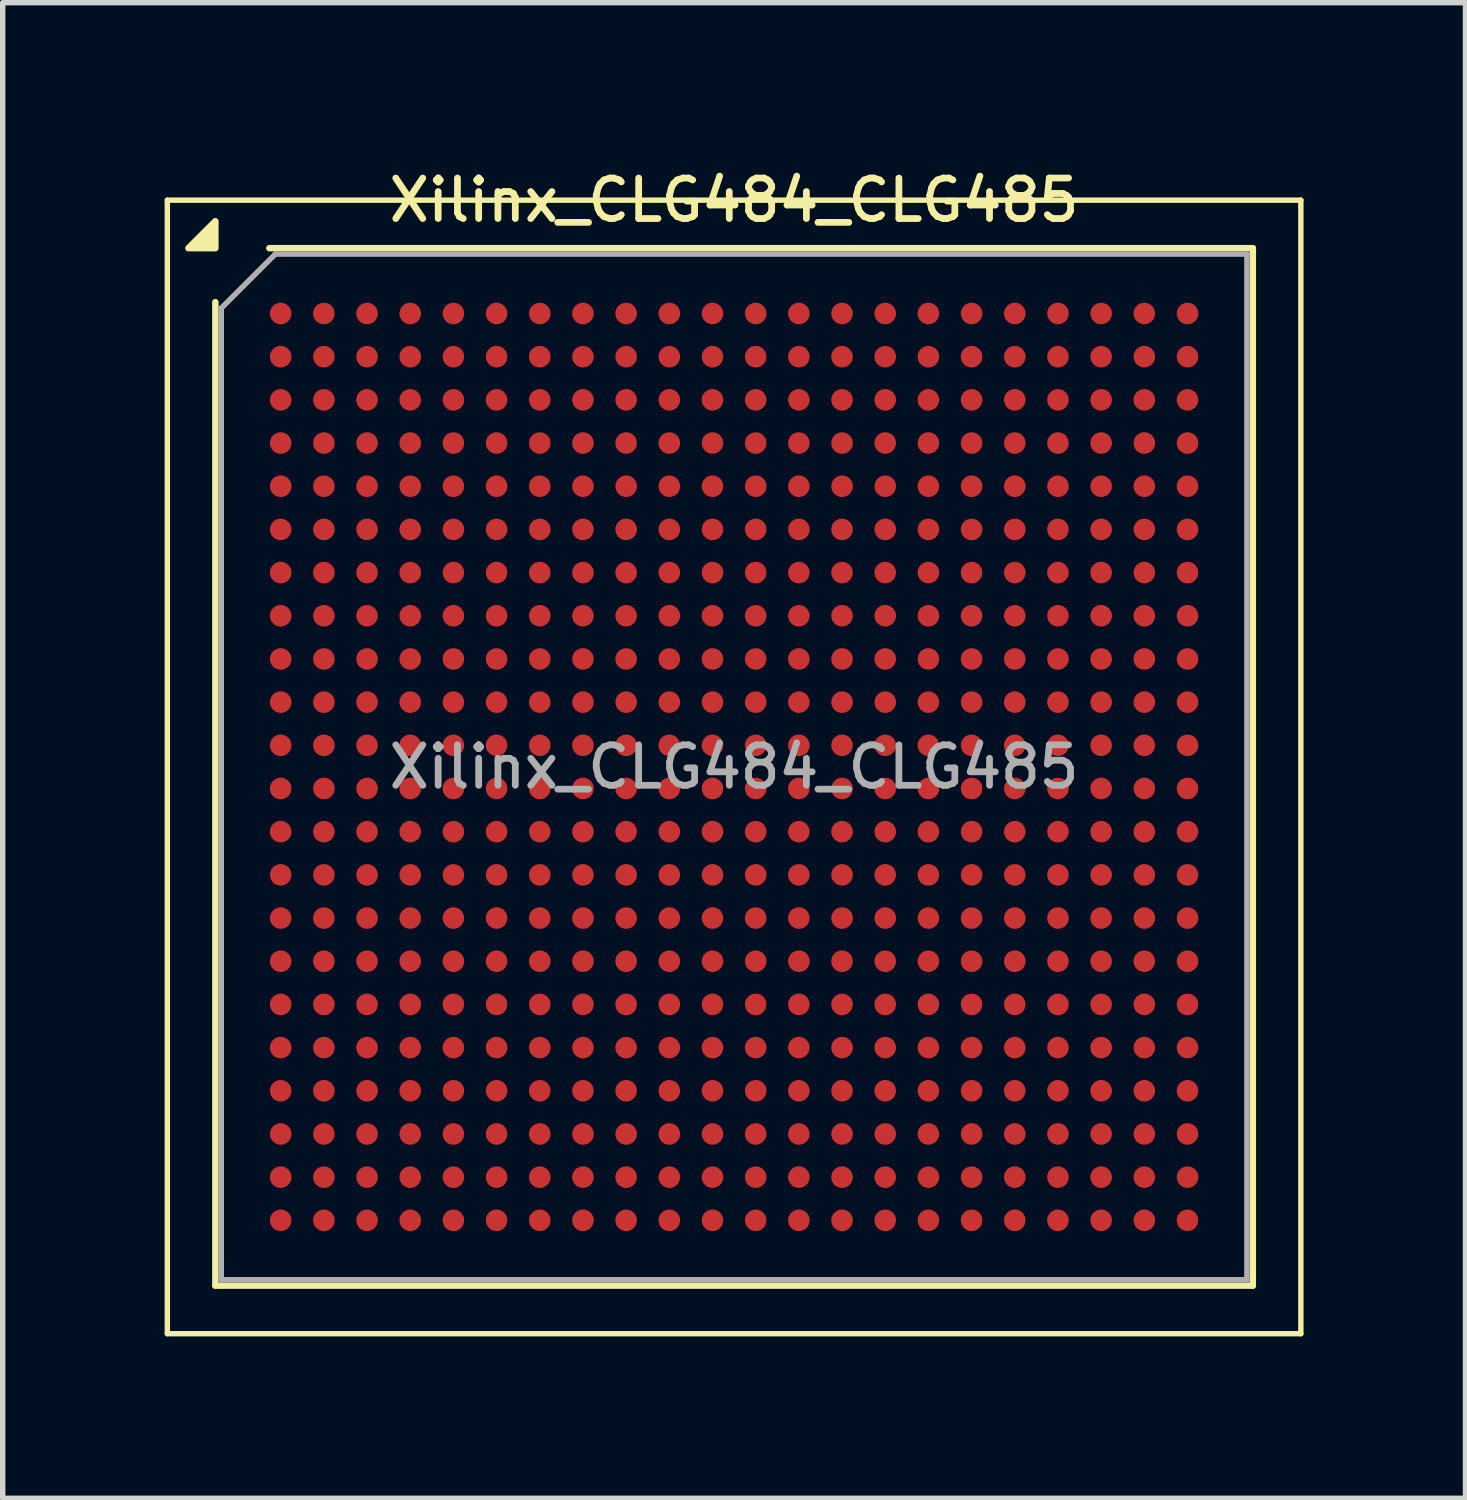
<source format=kicad_pcb>
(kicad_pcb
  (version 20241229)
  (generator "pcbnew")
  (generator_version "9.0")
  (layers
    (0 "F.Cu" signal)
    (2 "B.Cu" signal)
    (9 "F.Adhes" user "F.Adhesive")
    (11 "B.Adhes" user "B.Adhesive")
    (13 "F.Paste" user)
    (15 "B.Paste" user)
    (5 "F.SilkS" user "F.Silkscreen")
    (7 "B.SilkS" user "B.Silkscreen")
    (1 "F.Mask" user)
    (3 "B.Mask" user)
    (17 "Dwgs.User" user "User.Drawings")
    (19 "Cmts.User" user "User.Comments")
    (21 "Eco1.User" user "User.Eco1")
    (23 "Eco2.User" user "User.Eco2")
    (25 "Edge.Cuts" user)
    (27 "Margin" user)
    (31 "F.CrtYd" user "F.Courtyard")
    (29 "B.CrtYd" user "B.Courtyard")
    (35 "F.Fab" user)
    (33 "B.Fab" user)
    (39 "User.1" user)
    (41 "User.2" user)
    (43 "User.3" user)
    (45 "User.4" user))
  (footprint "Xilinx_CLG484_CLG485"
    (layer "F.Cu")
    (at 10.55 11.158)
    (property "Reference" "Xilinx_CLG484_CLG485" (at 0 -10.5 0) (layer "F.SilkS") (effects (font (size 0.75 0.75) (thickness 0.125))))
    (attr smd)
    (fp_line (start -10.5 -10.5) (end -10.5 10.5) (stroke (width 0.1) (type solid)) (layer "F.SilkS"))
    (fp_line (start -10.5 10.5) (end 10.5 10.5) (stroke (width 0.1) (type solid)) (layer "F.SilkS"))
    (fp_line (start -9.61 9.61) (end -9.61 -8.61) (stroke (width 0.12) (type solid)) (layer "F.SilkS"))
    (fp_line (start -8.61 -9.61) (end 9.61 -9.61) (stroke (width 0.12) (type solid)) (layer "F.SilkS"))
    (fp_line (start 9.61 -9.61) (end 9.61 9.61) (stroke (width 0.12) (type solid)) (layer "F.SilkS"))
    (fp_line (start 9.61 9.61) (end -9.61 9.61) (stroke (width 0.12) (type solid)) (layer "F.SilkS"))
    (fp_line (start 10.5 -10.5) (end -10.5 -10.5) (stroke (width 0.1) (type solid)) (layer "F.SilkS"))
    (fp_line (start 10.5 10.5) (end 10.5 -10.5) (stroke (width 0.1) (type solid)) (layer "F.SilkS"))
    (fp_poly (pts (xy -9.61 -9.61) (xy -10.11 -9.61) (xy -9.61 -10.11) (xy -9.61 -9.61)) (stroke (width 0.12) (type solid)) (fill yes) (layer "F.SilkS"))
    (fp_line (start -9.5 -8.5) (end -8.5 -9.5) (stroke (width 0.1) (type solid)) (layer "F.Fab"))
    (fp_line (start -9.5 9.5) (end -9.5 -8.5) (stroke (width 0.1) (type solid)) (layer "F.Fab"))
    (fp_line (start -8.5 -9.5) (end 9.5 -9.5) (stroke (width 0.1) (type solid)) (layer "F.Fab"))
    (fp_line (start 9.5 -9.5) (end 9.5 9.5) (stroke (width 0.1) (type solid)) (layer "F.Fab"))
    (fp_line (start 9.5 9.5) (end -9.5 9.5) (stroke (width 0.1) (type solid)) (layer "F.Fab"))
    (fp_text user "${REFERENCE}" (at 0 0 0) (layer "F.Fab") (effects (font (size 0.75 0.75) (thickness 0.125))))
    (pad "A1" smd circle (at -8.4 -8.4) (size 0.4 0.4) (property pad_prop_bga) (layers "F.Cu" "F.Mask" "F.Paste"))
    (pad "A2" smd circle (at -7.6 -8.4) (size 0.4 0.4) (property pad_prop_bga) (layers "F.Cu" "F.Mask" "F.Paste"))
    (pad "A3" smd circle (at -6.8 -8.4) (size 0.4 0.4) (property pad_prop_bga) (layers "F.Cu" "F.Mask" "F.Paste"))
    (pad "A4" smd circle (at -6 -8.4) (size 0.4 0.4) (property pad_prop_bga) (layers "F.Cu" "F.Mask" "F.Paste"))
    (pad "A5" smd circle (at -5.2 -8.4) (size 0.4 0.4) (property pad_prop_bga) (layers "F.Cu" "F.Mask" "F.Paste"))
    (pad "A6" smd circle (at -4.4 -8.4) (size 0.4 0.4) (property pad_prop_bga) (layers "F.Cu" "F.Mask" "F.Paste"))
    (pad "A7" smd circle (at -3.6 -8.4) (size 0.4 0.4) (property pad_prop_bga) (layers "F.Cu" "F.Mask" "F.Paste"))
    (pad "A8" smd circle (at -2.8 -8.4) (size 0.4 0.4) (property pad_prop_bga) (layers "F.Cu" "F.Mask" "F.Paste"))
    (pad "A9" smd circle (at -2 -8.4) (size 0.4 0.4) (property pad_prop_bga) (layers "F.Cu" "F.Mask" "F.Paste"))
    (pad "A10" smd circle (at -1.2 -8.4) (size 0.4 0.4) (property pad_prop_bga) (layers "F.Cu" "F.Mask" "F.Paste"))
    (pad "A11" smd circle (at -0.4 -8.4) (size 0.4 0.4) (property pad_prop_bga) (layers "F.Cu" "F.Mask" "F.Paste"))
    (pad "A12" smd circle (at 0.4 -8.4) (size 0.4 0.4) (property pad_prop_bga) (layers "F.Cu" "F.Mask" "F.Paste"))
    (pad "A13" smd circle (at 1.2 -8.4) (size 0.4 0.4) (property pad_prop_bga) (layers "F.Cu" "F.Mask" "F.Paste"))
    (pad "A14" smd circle (at 2 -8.4) (size 0.4 0.4) (property pad_prop_bga) (layers "F.Cu" "F.Mask" "F.Paste"))
    (pad "A15" smd circle (at 2.8 -8.4) (size 0.4 0.4) (property pad_prop_bga) (layers "F.Cu" "F.Mask" "F.Paste"))
    (pad "A16" smd circle (at 3.6 -8.4) (size 0.4 0.4) (property pad_prop_bga) (layers "F.Cu" "F.Mask" "F.Paste"))
    (pad "A17" smd circle (at 4.4 -8.4) (size 0.4 0.4) (property pad_prop_bga) (layers "F.Cu" "F.Mask" "F.Paste"))
    (pad "A18" smd circle (at 5.2 -8.4) (size 0.4 0.4) (property pad_prop_bga) (layers "F.Cu" "F.Mask" "F.Paste"))
    (pad "A19" smd circle (at 6 -8.4) (size 0.4 0.4) (property pad_prop_bga) (layers "F.Cu" "F.Mask" "F.Paste"))
    (pad "A20" smd circle (at 6.8 -8.4) (size 0.4 0.4) (property pad_prop_bga) (layers "F.Cu" "F.Mask" "F.Paste"))
    (pad "A21" smd circle (at 7.6 -8.4) (size 0.4 0.4) (property pad_prop_bga) (layers "F.Cu" "F.Mask" "F.Paste"))
    (pad "A22" smd circle (at 8.4 -8.4) (size 0.4 0.4) (property pad_prop_bga) (layers "F.Cu" "F.Mask" "F.Paste"))
    (pad "AA1" smd circle (at -8.4 7.6) (size 0.4 0.4) (property pad_prop_bga) (layers "F.Cu" "F.Mask" "F.Paste"))
    (pad "AA2" smd circle (at -7.6 7.6) (size 0.4 0.4) (property pad_prop_bga) (layers "F.Cu" "F.Mask" "F.Paste"))
    (pad "AA3" smd circle (at -6.8 7.6) (size 0.4 0.4) (property pad_prop_bga) (layers "F.Cu" "F.Mask" "F.Paste"))
    (pad "AA4" smd circle (at -6 7.6) (size 0.4 0.4) (property pad_prop_bga) (layers "F.Cu" "F.Mask" "F.Paste"))
    (pad "AA5" smd circle (at -5.2 7.6) (size 0.4 0.4) (property pad_prop_bga) (layers "F.Cu" "F.Mask" "F.Paste"))
    (pad "AA6" smd circle (at -4.4 7.6) (size 0.4 0.4) (property pad_prop_bga) (layers "F.Cu" "F.Mask" "F.Paste"))
    (pad "AA7" smd circle (at -3.6 7.6) (size 0.4 0.4) (property pad_prop_bga) (layers "F.Cu" "F.Mask" "F.Paste"))
    (pad "AA8" smd circle (at -2.8 7.6) (size 0.4 0.4) (property pad_prop_bga) (layers "F.Cu" "F.Mask" "F.Paste"))
    (pad "AA9" smd circle (at -2 7.6) (size 0.4 0.4) (property pad_prop_bga) (layers "F.Cu" "F.Mask" "F.Paste"))
    (pad "AA10" smd circle (at -1.2 7.6) (size 0.4 0.4) (property pad_prop_bga) (layers "F.Cu" "F.Mask" "F.Paste"))
    (pad "AA11" smd circle (at -0.4 7.6) (size 0.4 0.4) (property pad_prop_bga) (layers "F.Cu" "F.Mask" "F.Paste"))
    (pad "AA12" smd circle (at 0.4 7.6) (size 0.4 0.4) (property pad_prop_bga) (layers "F.Cu" "F.Mask" "F.Paste"))
    (pad "AA13" smd circle (at 1.2 7.6) (size 0.4 0.4) (property pad_prop_bga) (layers "F.Cu" "F.Mask" "F.Paste"))
    (pad "AA14" smd circle (at 2 7.6) (size 0.4 0.4) (property pad_prop_bga) (layers "F.Cu" "F.Mask" "F.Paste"))
    (pad "AA15" smd circle (at 2.8 7.6) (size 0.4 0.4) (property pad_prop_bga) (layers "F.Cu" "F.Mask" "F.Paste"))
    (pad "AA16" smd circle (at 3.6 7.6) (size 0.4 0.4) (property pad_prop_bga) (layers "F.Cu" "F.Mask" "F.Paste"))
    (pad "AA17" smd circle (at 4.4 7.6) (size 0.4 0.4) (property pad_prop_bga) (layers "F.Cu" "F.Mask" "F.Paste"))
    (pad "AA18" smd circle (at 5.2 7.6) (size 0.4 0.4) (property pad_prop_bga) (layers "F.Cu" "F.Mask" "F.Paste"))
    (pad "AA19" smd circle (at 6 7.6) (size 0.4 0.4) (property pad_prop_bga) (layers "F.Cu" "F.Mask" "F.Paste"))
    (pad "AA20" smd circle (at 6.8 7.6) (size 0.4 0.4) (property pad_prop_bga) (layers "F.Cu" "F.Mask" "F.Paste"))
    (pad "AA21" smd circle (at 7.6 7.6) (size 0.4 0.4) (property pad_prop_bga) (layers "F.Cu" "F.Mask" "F.Paste"))
    (pad "AA22" smd circle (at 8.4 7.6) (size 0.4 0.4) (property pad_prop_bga) (layers "F.Cu" "F.Mask" "F.Paste"))
    (pad "AB1" smd circle (at -8.4 8.4) (size 0.4 0.4) (property pad_prop_bga) (layers "F.Cu" "F.Mask" "F.Paste"))
    (pad "AB2" smd circle (at -7.6 8.4) (size 0.4 0.4) (property pad_prop_bga) (layers "F.Cu" "F.Mask" "F.Paste"))
    (pad "AB3" smd circle (at -6.8 8.4) (size 0.4 0.4) (property pad_prop_bga) (layers "F.Cu" "F.Mask" "F.Paste"))
    (pad "AB4" smd circle (at -6 8.4) (size 0.4 0.4) (property pad_prop_bga) (layers "F.Cu" "F.Mask" "F.Paste"))
    (pad "AB5" smd circle (at -5.2 8.4) (size 0.4 0.4) (property pad_prop_bga) (layers "F.Cu" "F.Mask" "F.Paste"))
    (pad "AB6" smd circle (at -4.4 8.4) (size 0.4 0.4) (property pad_prop_bga) (layers "F.Cu" "F.Mask" "F.Paste"))
    (pad "AB7" smd circle (at -3.6 8.4) (size 0.4 0.4) (property pad_prop_bga) (layers "F.Cu" "F.Mask" "F.Paste"))
    (pad "AB8" smd circle (at -2.8 8.4) (size 0.4 0.4) (property pad_prop_bga) (layers "F.Cu" "F.Mask" "F.Paste"))
    (pad "AB9" smd circle (at -2 8.4) (size 0.4 0.4) (property pad_prop_bga) (layers "F.Cu" "F.Mask" "F.Paste"))
    (pad "AB10" smd circle (at -1.2 8.4) (size 0.4 0.4) (property pad_prop_bga) (layers "F.Cu" "F.Mask" "F.Paste"))
    (pad "AB11" smd circle (at -0.4 8.4) (size 0.4 0.4) (property pad_prop_bga) (layers "F.Cu" "F.Mask" "F.Paste"))
    (pad "AB12" smd circle (at 0.4 8.4) (size 0.4 0.4) (property pad_prop_bga) (layers "F.Cu" "F.Mask" "F.Paste"))
    (pad "AB13" smd circle (at 1.2 8.4) (size 0.4 0.4) (property pad_prop_bga) (layers "F.Cu" "F.Mask" "F.Paste"))
    (pad "AB14" smd circle (at 2 8.4) (size 0.4 0.4) (property pad_prop_bga) (layers "F.Cu" "F.Mask" "F.Paste"))
    (pad "AB15" smd circle (at 2.8 8.4) (size 0.4 0.4) (property pad_prop_bga) (layers "F.Cu" "F.Mask" "F.Paste"))
    (pad "AB16" smd circle (at 3.6 8.4) (size 0.4 0.4) (property pad_prop_bga) (layers "F.Cu" "F.Mask" "F.Paste"))
    (pad "AB17" smd circle (at 4.4 8.4) (size 0.4 0.4) (property pad_prop_bga) (layers "F.Cu" "F.Mask" "F.Paste"))
    (pad "AB18" smd circle (at 5.2 8.4) (size 0.4 0.4) (property pad_prop_bga) (layers "F.Cu" "F.Mask" "F.Paste"))
    (pad "AB19" smd circle (at 6 8.4) (size 0.4 0.4) (property pad_prop_bga) (layers "F.Cu" "F.Mask" "F.Paste"))
    (pad "AB20" smd circle (at 6.8 8.4) (size 0.4 0.4) (property pad_prop_bga) (layers "F.Cu" "F.Mask" "F.Paste"))
    (pad "AB21" smd circle (at 7.6 8.4) (size 0.4 0.4) (property pad_prop_bga) (layers "F.Cu" "F.Mask" "F.Paste"))
    (pad "AB22" smd circle (at 8.4 8.4) (size 0.4 0.4) (property pad_prop_bga) (layers "F.Cu" "F.Mask" "F.Paste"))
    (pad "B1" smd circle (at -8.4 -7.6) (size 0.4 0.4) (property pad_prop_bga) (layers "F.Cu" "F.Mask" "F.Paste"))
    (pad "B2" smd circle (at -7.6 -7.6) (size 0.4 0.4) (property pad_prop_bga) (layers "F.Cu" "F.Mask" "F.Paste"))
    (pad "B3" smd circle (at -6.8 -7.6) (size 0.4 0.4) (property pad_prop_bga) (layers "F.Cu" "F.Mask" "F.Paste"))
    (pad "B4" smd circle (at -6 -7.6) (size 0.4 0.4) (property pad_prop_bga) (layers "F.Cu" "F.Mask" "F.Paste"))
    (pad "B5" smd circle (at -5.2 -7.6) (size 0.4 0.4) (property pad_prop_bga) (layers "F.Cu" "F.Mask" "F.Paste"))
    (pad "B6" smd circle (at -4.4 -7.6) (size 0.4 0.4) (property pad_prop_bga) (layers "F.Cu" "F.Mask" "F.Paste"))
    (pad "B7" smd circle (at -3.6 -7.6) (size 0.4 0.4) (property pad_prop_bga) (layers "F.Cu" "F.Mask" "F.Paste"))
    (pad "B8" smd circle (at -2.8 -7.6) (size 0.4 0.4) (property pad_prop_bga) (layers "F.Cu" "F.Mask" "F.Paste"))
    (pad "B9" smd circle (at -2 -7.6) (size 0.4 0.4) (property pad_prop_bga) (layers "F.Cu" "F.Mask" "F.Paste"))
    (pad "B10" smd circle (at -1.2 -7.6) (size 0.4 0.4) (property pad_prop_bga) (layers "F.Cu" "F.Mask" "F.Paste"))
    (pad "B11" smd circle (at -0.4 -7.6) (size 0.4 0.4) (property pad_prop_bga) (layers "F.Cu" "F.Mask" "F.Paste"))
    (pad "B12" smd circle (at 0.4 -7.6) (size 0.4 0.4) (property pad_prop_bga) (layers "F.Cu" "F.Mask" "F.Paste"))
    (pad "B13" smd circle (at 1.2 -7.6) (size 0.4 0.4) (property pad_prop_bga) (layers "F.Cu" "F.Mask" "F.Paste"))
    (pad "B14" smd circle (at 2 -7.6) (size 0.4 0.4) (property pad_prop_bga) (layers "F.Cu" "F.Mask" "F.Paste"))
    (pad "B15" smd circle (at 2.8 -7.6) (size 0.4 0.4) (property pad_prop_bga) (layers "F.Cu" "F.Mask" "F.Paste"))
    (pad "B16" smd circle (at 3.6 -7.6) (size 0.4 0.4) (property pad_prop_bga) (layers "F.Cu" "F.Mask" "F.Paste"))
    (pad "B17" smd circle (at 4.4 -7.6) (size 0.4 0.4) (property pad_prop_bga) (layers "F.Cu" "F.Mask" "F.Paste"))
    (pad "B18" smd circle (at 5.2 -7.6) (size 0.4 0.4) (property pad_prop_bga) (layers "F.Cu" "F.Mask" "F.Paste"))
    (pad "B19" smd circle (at 6 -7.6) (size 0.4 0.4) (property pad_prop_bga) (layers "F.Cu" "F.Mask" "F.Paste"))
    (pad "B20" smd circle (at 6.8 -7.6) (size 0.4 0.4) (property pad_prop_bga) (layers "F.Cu" "F.Mask" "F.Paste"))
    (pad "B21" smd circle (at 7.6 -7.6) (size 0.4 0.4) (property pad_prop_bga) (layers "F.Cu" "F.Mask" "F.Paste"))
    (pad "B22" smd circle (at 8.4 -7.6) (size 0.4 0.4) (property pad_prop_bga) (layers "F.Cu" "F.Mask" "F.Paste"))
    (pad "C1" smd circle (at -8.4 -6.8) (size 0.4 0.4) (property pad_prop_bga) (layers "F.Cu" "F.Mask" "F.Paste"))
    (pad "C2" smd circle (at -7.6 -6.8) (size 0.4 0.4) (property pad_prop_bga) (layers "F.Cu" "F.Mask" "F.Paste"))
    (pad "C3" smd circle (at -6.8 -6.8) (size 0.4 0.4) (property pad_prop_bga) (layers "F.Cu" "F.Mask" "F.Paste"))
    (pad "C4" smd circle (at -6 -6.8) (size 0.4 0.4) (property pad_prop_bga) (layers "F.Cu" "F.Mask" "F.Paste"))
    (pad "C5" smd circle (at -5.2 -6.8) (size 0.4 0.4) (property pad_prop_bga) (layers "F.Cu" "F.Mask" "F.Paste"))
    (pad "C6" smd circle (at -4.4 -6.8) (size 0.4 0.4) (property pad_prop_bga) (layers "F.Cu" "F.Mask" "F.Paste"))
    (pad "C7" smd circle (at -3.6 -6.8) (size 0.4 0.4) (property pad_prop_bga) (layers "F.Cu" "F.Mask" "F.Paste"))
    (pad "C8" smd circle (at -2.8 -6.8) (size 0.4 0.4) (property pad_prop_bga) (layers "F.Cu" "F.Mask" "F.Paste"))
    (pad "C9" smd circle (at -2 -6.8) (size 0.4 0.4) (property pad_prop_bga) (layers "F.Cu" "F.Mask" "F.Paste"))
    (pad "C10" smd circle (at -1.2 -6.8) (size 0.4 0.4) (property pad_prop_bga) (layers "F.Cu" "F.Mask" "F.Paste"))
    (pad "C11" smd circle (at -0.4 -6.8) (size 0.4 0.4) (property pad_prop_bga) (layers "F.Cu" "F.Mask" "F.Paste"))
    (pad "C12" smd circle (at 0.4 -6.8) (size 0.4 0.4) (property pad_prop_bga) (layers "F.Cu" "F.Mask" "F.Paste"))
    (pad "C13" smd circle (at 1.2 -6.8) (size 0.4 0.4) (property pad_prop_bga) (layers "F.Cu" "F.Mask" "F.Paste"))
    (pad "C14" smd circle (at 2 -6.8) (size 0.4 0.4) (property pad_prop_bga) (layers "F.Cu" "F.Mask" "F.Paste"))
    (pad "C15" smd circle (at 2.8 -6.8) (size 0.4 0.4) (property pad_prop_bga) (layers "F.Cu" "F.Mask" "F.Paste"))
    (pad "C16" smd circle (at 3.6 -6.8) (size 0.4 0.4) (property pad_prop_bga) (layers "F.Cu" "F.Mask" "F.Paste"))
    (pad "C17" smd circle (at 4.4 -6.8) (size 0.4 0.4) (property pad_prop_bga) (layers "F.Cu" "F.Mask" "F.Paste"))
    (pad "C18" smd circle (at 5.2 -6.8) (size 0.4 0.4) (property pad_prop_bga) (layers "F.Cu" "F.Mask" "F.Paste"))
    (pad "C19" smd circle (at 6 -6.8) (size 0.4 0.4) (property pad_prop_bga) (layers "F.Cu" "F.Mask" "F.Paste"))
    (pad "C20" smd circle (at 6.8 -6.8) (size 0.4 0.4) (property pad_prop_bga) (layers "F.Cu" "F.Mask" "F.Paste"))
    (pad "C21" smd circle (at 7.6 -6.8) (size 0.4 0.4) (property pad_prop_bga) (layers "F.Cu" "F.Mask" "F.Paste"))
    (pad "C22" smd circle (at 8.4 -6.8) (size 0.4 0.4) (property pad_prop_bga) (layers "F.Cu" "F.Mask" "F.Paste"))
    (pad "D1" smd circle (at -8.4 -6) (size 0.4 0.4) (property pad_prop_bga) (layers "F.Cu" "F.Mask" "F.Paste"))
    (pad "D2" smd circle (at -7.6 -6) (size 0.4 0.4) (property pad_prop_bga) (layers "F.Cu" "F.Mask" "F.Paste"))
    (pad "D3" smd circle (at -6.8 -6) (size 0.4 0.4) (property pad_prop_bga) (layers "F.Cu" "F.Mask" "F.Paste"))
    (pad "D4" smd circle (at -6 -6) (size 0.4 0.4) (property pad_prop_bga) (layers "F.Cu" "F.Mask" "F.Paste"))
    (pad "D5" smd circle (at -5.2 -6) (size 0.4 0.4) (property pad_prop_bga) (layers "F.Cu" "F.Mask" "F.Paste"))
    (pad "D6" smd circle (at -4.4 -6) (size 0.4 0.4) (property pad_prop_bga) (layers "F.Cu" "F.Mask" "F.Paste"))
    (pad "D7" smd circle (at -3.6 -6) (size 0.4 0.4) (property pad_prop_bga) (layers "F.Cu" "F.Mask" "F.Paste"))
    (pad "D8" smd circle (at -2.8 -6) (size 0.4 0.4) (property pad_prop_bga) (layers "F.Cu" "F.Mask" "F.Paste"))
    (pad "D9" smd circle (at -2 -6) (size 0.4 0.4) (property pad_prop_bga) (layers "F.Cu" "F.Mask" "F.Paste"))
    (pad "D10" smd circle (at -1.2 -6) (size 0.4 0.4) (property pad_prop_bga) (layers "F.Cu" "F.Mask" "F.Paste"))
    (pad "D11" smd circle (at -0.4 -6) (size 0.4 0.4) (property pad_prop_bga) (layers "F.Cu" "F.Mask" "F.Paste"))
    (pad "D12" smd circle (at 0.4 -6) (size 0.4 0.4) (property pad_prop_bga) (layers "F.Cu" "F.Mask" "F.Paste"))
    (pad "D13" smd circle (at 1.2 -6) (size 0.4 0.4) (property pad_prop_bga) (layers "F.Cu" "F.Mask" "F.Paste"))
    (pad "D14" smd circle (at 2 -6) (size 0.4 0.4) (property pad_prop_bga) (layers "F.Cu" "F.Mask" "F.Paste"))
    (pad "D15" smd circle (at 2.8 -6) (size 0.4 0.4) (property pad_prop_bga) (layers "F.Cu" "F.Mask" "F.Paste"))
    (pad "D16" smd circle (at 3.6 -6) (size 0.4 0.4) (property pad_prop_bga) (layers "F.Cu" "F.Mask" "F.Paste"))
    (pad "D17" smd circle (at 4.4 -6) (size 0.4 0.4) (property pad_prop_bga) (layers "F.Cu" "F.Mask" "F.Paste"))
    (pad "D18" smd circle (at 5.2 -6) (size 0.4 0.4) (property pad_prop_bga) (layers "F.Cu" "F.Mask" "F.Paste"))
    (pad "D19" smd circle (at 6 -6) (size 0.4 0.4) (property pad_prop_bga) (layers "F.Cu" "F.Mask" "F.Paste"))
    (pad "D20" smd circle (at 6.8 -6) (size 0.4 0.4) (property pad_prop_bga) (layers "F.Cu" "F.Mask" "F.Paste"))
    (pad "D21" smd circle (at 7.6 -6) (size 0.4 0.4) (property pad_prop_bga) (layers "F.Cu" "F.Mask" "F.Paste"))
    (pad "D22" smd circle (at 8.4 -6) (size 0.4 0.4) (property pad_prop_bga) (layers "F.Cu" "F.Mask" "F.Paste"))
    (pad "E1" smd circle (at -8.4 -5.2) (size 0.4 0.4) (property pad_prop_bga) (layers "F.Cu" "F.Mask" "F.Paste"))
    (pad "E2" smd circle (at -7.6 -5.2) (size 0.4 0.4) (property pad_prop_bga) (layers "F.Cu" "F.Mask" "F.Paste"))
    (pad "E3" smd circle (at -6.8 -5.2) (size 0.4 0.4) (property pad_prop_bga) (layers "F.Cu" "F.Mask" "F.Paste"))
    (pad "E4" smd circle (at -6 -5.2) (size 0.4 0.4) (property pad_prop_bga) (layers "F.Cu" "F.Mask" "F.Paste"))
    (pad "E5" smd circle (at -5.2 -5.2) (size 0.4 0.4) (property pad_prop_bga) (layers "F.Cu" "F.Mask" "F.Paste"))
    (pad "E6" smd circle (at -4.4 -5.2) (size 0.4 0.4) (property pad_prop_bga) (layers "F.Cu" "F.Mask" "F.Paste"))
    (pad "E7" smd circle (at -3.6 -5.2) (size 0.4 0.4) (property pad_prop_bga) (layers "F.Cu" "F.Mask" "F.Paste"))
    (pad "E8" smd circle (at -2.8 -5.2) (size 0.4 0.4) (property pad_prop_bga) (layers "F.Cu" "F.Mask" "F.Paste"))
    (pad "E9" smd circle (at -2 -5.2) (size 0.4 0.4) (property pad_prop_bga) (layers "F.Cu" "F.Mask" "F.Paste"))
    (pad "E10" smd circle (at -1.2 -5.2) (size 0.4 0.4) (property pad_prop_bga) (layers "F.Cu" "F.Mask" "F.Paste"))
    (pad "E11" smd circle (at -0.4 -5.2) (size 0.4 0.4) (property pad_prop_bga) (layers "F.Cu" "F.Mask" "F.Paste"))
    (pad "E12" smd circle (at 0.4 -5.2) (size 0.4 0.4) (property pad_prop_bga) (layers "F.Cu" "F.Mask" "F.Paste"))
    (pad "E13" smd circle (at 1.2 -5.2) (size 0.4 0.4) (property pad_prop_bga) (layers "F.Cu" "F.Mask" "F.Paste"))
    (pad "E14" smd circle (at 2 -5.2) (size 0.4 0.4) (property pad_prop_bga) (layers "F.Cu" "F.Mask" "F.Paste"))
    (pad "E15" smd circle (at 2.8 -5.2) (size 0.4 0.4) (property pad_prop_bga) (layers "F.Cu" "F.Mask" "F.Paste"))
    (pad "E16" smd circle (at 3.6 -5.2) (size 0.4 0.4) (property pad_prop_bga) (layers "F.Cu" "F.Mask" "F.Paste"))
    (pad "E17" smd circle (at 4.4 -5.2) (size 0.4 0.4) (property pad_prop_bga) (layers "F.Cu" "F.Mask" "F.Paste"))
    (pad "E18" smd circle (at 5.2 -5.2) (size 0.4 0.4) (property pad_prop_bga) (layers "F.Cu" "F.Mask" "F.Paste"))
    (pad "E19" smd circle (at 6 -5.2) (size 0.4 0.4) (property pad_prop_bga) (layers "F.Cu" "F.Mask" "F.Paste"))
    (pad "E20" smd circle (at 6.8 -5.2) (size 0.4 0.4) (property pad_prop_bga) (layers "F.Cu" "F.Mask" "F.Paste"))
    (pad "E21" smd circle (at 7.6 -5.2) (size 0.4 0.4) (property pad_prop_bga) (layers "F.Cu" "F.Mask" "F.Paste"))
    (pad "E22" smd circle (at 8.4 -5.2) (size 0.4 0.4) (property pad_prop_bga) (layers "F.Cu" "F.Mask" "F.Paste"))
    (pad "F1" smd circle (at -8.4 -4.4) (size 0.4 0.4) (property pad_prop_bga) (layers "F.Cu" "F.Mask" "F.Paste"))
    (pad "F2" smd circle (at -7.6 -4.4) (size 0.4 0.4) (property pad_prop_bga) (layers "F.Cu" "F.Mask" "F.Paste"))
    (pad "F3" smd circle (at -6.8 -4.4) (size 0.4 0.4) (property pad_prop_bga) (layers "F.Cu" "F.Mask" "F.Paste"))
    (pad "F4" smd circle (at -6 -4.4) (size 0.4 0.4) (property pad_prop_bga) (layers "F.Cu" "F.Mask" "F.Paste"))
    (pad "F5" smd circle (at -5.2 -4.4) (size 0.4 0.4) (property pad_prop_bga) (layers "F.Cu" "F.Mask" "F.Paste"))
    (pad "F6" smd circle (at -4.4 -4.4) (size 0.4 0.4) (property pad_prop_bga) (layers "F.Cu" "F.Mask" "F.Paste"))
    (pad "F7" smd circle (at -3.6 -4.4) (size 0.4 0.4) (property pad_prop_bga) (layers "F.Cu" "F.Mask" "F.Paste"))
    (pad "F8" smd circle (at -2.8 -4.4) (size 0.4 0.4) (property pad_prop_bga) (layers "F.Cu" "F.Mask" "F.Paste"))
    (pad "F9" smd circle (at -2 -4.4) (size 0.4 0.4) (property pad_prop_bga) (layers "F.Cu" "F.Mask" "F.Paste"))
    (pad "F10" smd circle (at -1.2 -4.4) (size 0.4 0.4) (property pad_prop_bga) (layers "F.Cu" "F.Mask" "F.Paste"))
    (pad "F11" smd circle (at -0.4 -4.4) (size 0.4 0.4) (property pad_prop_bga) (layers "F.Cu" "F.Mask" "F.Paste"))
    (pad "F12" smd circle (at 0.4 -4.4) (size 0.4 0.4) (property pad_prop_bga) (layers "F.Cu" "F.Mask" "F.Paste"))
    (pad "F13" smd circle (at 1.2 -4.4) (size 0.4 0.4) (property pad_prop_bga) (layers "F.Cu" "F.Mask" "F.Paste"))
    (pad "F14" smd circle (at 2 -4.4) (size 0.4 0.4) (property pad_prop_bga) (layers "F.Cu" "F.Mask" "F.Paste"))
    (pad "F15" smd circle (at 2.8 -4.4) (size 0.4 0.4) (property pad_prop_bga) (layers "F.Cu" "F.Mask" "F.Paste"))
    (pad "F16" smd circle (at 3.6 -4.4) (size 0.4 0.4) (property pad_prop_bga) (layers "F.Cu" "F.Mask" "F.Paste"))
    (pad "F17" smd circle (at 4.4 -4.4) (size 0.4 0.4) (property pad_prop_bga) (layers "F.Cu" "F.Mask" "F.Paste"))
    (pad "F18" smd circle (at 5.2 -4.4) (size 0.4 0.4) (property pad_prop_bga) (layers "F.Cu" "F.Mask" "F.Paste"))
    (pad "F19" smd circle (at 6 -4.4) (size 0.4 0.4) (property pad_prop_bga) (layers "F.Cu" "F.Mask" "F.Paste"))
    (pad "F20" smd circle (at 6.8 -4.4) (size 0.4 0.4) (property pad_prop_bga) (layers "F.Cu" "F.Mask" "F.Paste"))
    (pad "F21" smd circle (at 7.6 -4.4) (size 0.4 0.4) (property pad_prop_bga) (layers "F.Cu" "F.Mask" "F.Paste"))
    (pad "F22" smd circle (at 8.4 -4.4) (size 0.4 0.4) (property pad_prop_bga) (layers "F.Cu" "F.Mask" "F.Paste"))
    (pad "G1" smd circle (at -8.4 -3.6) (size 0.4 0.4) (property pad_prop_bga) (layers "F.Cu" "F.Mask" "F.Paste"))
    (pad "G2" smd circle (at -7.6 -3.6) (size 0.4 0.4) (property pad_prop_bga) (layers "F.Cu" "F.Mask" "F.Paste"))
    (pad "G3" smd circle (at -6.8 -3.6) (size 0.4 0.4) (property pad_prop_bga) (layers "F.Cu" "F.Mask" "F.Paste"))
    (pad "G4" smd circle (at -6 -3.6) (size 0.4 0.4) (property pad_prop_bga) (layers "F.Cu" "F.Mask" "F.Paste"))
    (pad "G5" smd circle (at -5.2 -3.6) (size 0.4 0.4) (property pad_prop_bga) (layers "F.Cu" "F.Mask" "F.Paste"))
    (pad "G6" smd circle (at -4.4 -3.6) (size 0.4 0.4) (property pad_prop_bga) (layers "F.Cu" "F.Mask" "F.Paste"))
    (pad "G7" smd circle (at -3.6 -3.6) (size 0.4 0.4) (property pad_prop_bga) (layers "F.Cu" "F.Mask" "F.Paste"))
    (pad "G8" smd circle (at -2.8 -3.6) (size 0.4 0.4) (property pad_prop_bga) (layers "F.Cu" "F.Mask" "F.Paste"))
    (pad "G9" smd circle (at -2 -3.6) (size 0.4 0.4) (property pad_prop_bga) (layers "F.Cu" "F.Mask" "F.Paste"))
    (pad "G10" smd circle (at -1.2 -3.6) (size 0.4 0.4) (property pad_prop_bga) (layers "F.Cu" "F.Mask" "F.Paste"))
    (pad "G11" smd circle (at -0.4 -3.6) (size 0.4 0.4) (property pad_prop_bga) (layers "F.Cu" "F.Mask" "F.Paste"))
    (pad "G12" smd circle (at 0.4 -3.6) (size 0.4 0.4) (property pad_prop_bga) (layers "F.Cu" "F.Mask" "F.Paste"))
    (pad "G13" smd circle (at 1.2 -3.6) (size 0.4 0.4) (property pad_prop_bga) (layers "F.Cu" "F.Mask" "F.Paste"))
    (pad "G14" smd circle (at 2 -3.6) (size 0.4 0.4) (property pad_prop_bga) (layers "F.Cu" "F.Mask" "F.Paste"))
    (pad "G15" smd circle (at 2.8 -3.6) (size 0.4 0.4) (property pad_prop_bga) (layers "F.Cu" "F.Mask" "F.Paste"))
    (pad "G16" smd circle (at 3.6 -3.6) (size 0.4 0.4) (property pad_prop_bga) (layers "F.Cu" "F.Mask" "F.Paste"))
    (pad "G17" smd circle (at 4.4 -3.6) (size 0.4 0.4) (property pad_prop_bga) (layers "F.Cu" "F.Mask" "F.Paste"))
    (pad "G18" smd circle (at 5.2 -3.6) (size 0.4 0.4) (property pad_prop_bga) (layers "F.Cu" "F.Mask" "F.Paste"))
    (pad "G19" smd circle (at 6 -3.6) (size 0.4 0.4) (property pad_prop_bga) (layers "F.Cu" "F.Mask" "F.Paste"))
    (pad "G20" smd circle (at 6.8 -3.6) (size 0.4 0.4) (property pad_prop_bga) (layers "F.Cu" "F.Mask" "F.Paste"))
    (pad "G21" smd circle (at 7.6 -3.6) (size 0.4 0.4) (property pad_prop_bga) (layers "F.Cu" "F.Mask" "F.Paste"))
    (pad "G22" smd circle (at 8.4 -3.6) (size 0.4 0.4) (property pad_prop_bga) (layers "F.Cu" "F.Mask" "F.Paste"))
    (pad "H1" smd circle (at -8.4 -2.8) (size 0.4 0.4) (property pad_prop_bga) (layers "F.Cu" "F.Mask" "F.Paste"))
    (pad "H2" smd circle (at -7.6 -2.8) (size 0.4 0.4) (property pad_prop_bga) (layers "F.Cu" "F.Mask" "F.Paste"))
    (pad "H3" smd circle (at -6.8 -2.8) (size 0.4 0.4) (property pad_prop_bga) (layers "F.Cu" "F.Mask" "F.Paste"))
    (pad "H4" smd circle (at -6 -2.8) (size 0.4 0.4) (property pad_prop_bga) (layers "F.Cu" "F.Mask" "F.Paste"))
    (pad "H5" smd circle (at -5.2 -2.8) (size 0.4 0.4) (property pad_prop_bga) (layers "F.Cu" "F.Mask" "F.Paste"))
    (pad "H6" smd circle (at -4.4 -2.8) (size 0.4 0.4) (property pad_prop_bga) (layers "F.Cu" "F.Mask" "F.Paste"))
    (pad "H7" smd circle (at -3.6 -2.8) (size 0.4 0.4) (property pad_prop_bga) (layers "F.Cu" "F.Mask" "F.Paste"))
    (pad "H8" smd circle (at -2.8 -2.8) (size 0.4 0.4) (property pad_prop_bga) (layers "F.Cu" "F.Mask" "F.Paste"))
    (pad "H9" smd circle (at -2 -2.8) (size 0.4 0.4) (property pad_prop_bga) (layers "F.Cu" "F.Mask" "F.Paste"))
    (pad "H10" smd circle (at -1.2 -2.8) (size 0.4 0.4) (property pad_prop_bga) (layers "F.Cu" "F.Mask" "F.Paste"))
    (pad "H11" smd circle (at -0.4 -2.8) (size 0.4 0.4) (property pad_prop_bga) (layers "F.Cu" "F.Mask" "F.Paste"))
    (pad "H12" smd circle (at 0.4 -2.8) (size 0.4 0.4) (property pad_prop_bga) (layers "F.Cu" "F.Mask" "F.Paste"))
    (pad "H13" smd circle (at 1.2 -2.8) (size 0.4 0.4) (property pad_prop_bga) (layers "F.Cu" "F.Mask" "F.Paste"))
    (pad "H14" smd circle (at 2 -2.8) (size 0.4 0.4) (property pad_prop_bga) (layers "F.Cu" "F.Mask" "F.Paste"))
    (pad "H15" smd circle (at 2.8 -2.8) (size 0.4 0.4) (property pad_prop_bga) (layers "F.Cu" "F.Mask" "F.Paste"))
    (pad "H16" smd circle (at 3.6 -2.8) (size 0.4 0.4) (property pad_prop_bga) (layers "F.Cu" "F.Mask" "F.Paste"))
    (pad "H17" smd circle (at 4.4 -2.8) (size 0.4 0.4) (property pad_prop_bga) (layers "F.Cu" "F.Mask" "F.Paste"))
    (pad "H18" smd circle (at 5.2 -2.8) (size 0.4 0.4) (property pad_prop_bga) (layers "F.Cu" "F.Mask" "F.Paste"))
    (pad "H19" smd circle (at 6 -2.8) (size 0.4 0.4) (property pad_prop_bga) (layers "F.Cu" "F.Mask" "F.Paste"))
    (pad "H20" smd circle (at 6.8 -2.8) (size 0.4 0.4) (property pad_prop_bga) (layers "F.Cu" "F.Mask" "F.Paste"))
    (pad "H21" smd circle (at 7.6 -2.8) (size 0.4 0.4) (property pad_prop_bga) (layers "F.Cu" "F.Mask" "F.Paste"))
    (pad "H22" smd circle (at 8.4 -2.8) (size 0.4 0.4) (property pad_prop_bga) (layers "F.Cu" "F.Mask" "F.Paste"))
    (pad "J1" smd circle (at -8.4 -2) (size 0.4 0.4) (property pad_prop_bga) (layers "F.Cu" "F.Mask" "F.Paste"))
    (pad "J2" smd circle (at -7.6 -2) (size 0.4 0.4) (property pad_prop_bga) (layers "F.Cu" "F.Mask" "F.Paste"))
    (pad "J3" smd circle (at -6.8 -2) (size 0.4 0.4) (property pad_prop_bga) (layers "F.Cu" "F.Mask" "F.Paste"))
    (pad "J4" smd circle (at -6 -2) (size 0.4 0.4) (property pad_prop_bga) (layers "F.Cu" "F.Mask" "F.Paste"))
    (pad "J5" smd circle (at -5.2 -2) (size 0.4 0.4) (property pad_prop_bga) (layers "F.Cu" "F.Mask" "F.Paste"))
    (pad "J6" smd circle (at -4.4 -2) (size 0.4 0.4) (property pad_prop_bga) (layers "F.Cu" "F.Mask" "F.Paste"))
    (pad "J7" smd circle (at -3.6 -2) (size 0.4 0.4) (property pad_prop_bga) (layers "F.Cu" "F.Mask" "F.Paste"))
    (pad "J8" smd circle (at -2.8 -2) (size 0.4 0.4) (property pad_prop_bga) (layers "F.Cu" "F.Mask" "F.Paste"))
    (pad "J9" smd circle (at -2 -2) (size 0.4 0.4) (property pad_prop_bga) (layers "F.Cu" "F.Mask" "F.Paste"))
    (pad "J10" smd circle (at -1.2 -2) (size 0.4 0.4) (property pad_prop_bga) (layers "F.Cu" "F.Mask" "F.Paste"))
    (pad "J11" smd circle (at -0.4 -2) (size 0.4 0.4) (property pad_prop_bga) (layers "F.Cu" "F.Mask" "F.Paste"))
    (pad "J12" smd circle (at 0.4 -2) (size 0.4 0.4) (property pad_prop_bga) (layers "F.Cu" "F.Mask" "F.Paste"))
    (pad "J13" smd circle (at 1.2 -2) (size 0.4 0.4) (property pad_prop_bga) (layers "F.Cu" "F.Mask" "F.Paste"))
    (pad "J14" smd circle (at 2 -2) (size 0.4 0.4) (property pad_prop_bga) (layers "F.Cu" "F.Mask" "F.Paste"))
    (pad "J15" smd circle (at 2.8 -2) (size 0.4 0.4) (property pad_prop_bga) (layers "F.Cu" "F.Mask" "F.Paste"))
    (pad "J16" smd circle (at 3.6 -2) (size 0.4 0.4) (property pad_prop_bga) (layers "F.Cu" "F.Mask" "F.Paste"))
    (pad "J17" smd circle (at 4.4 -2) (size 0.4 0.4) (property pad_prop_bga) (layers "F.Cu" "F.Mask" "F.Paste"))
    (pad "J18" smd circle (at 5.2 -2) (size 0.4 0.4) (property pad_prop_bga) (layers "F.Cu" "F.Mask" "F.Paste"))
    (pad "J19" smd circle (at 6 -2) (size 0.4 0.4) (property pad_prop_bga) (layers "F.Cu" "F.Mask" "F.Paste"))
    (pad "J20" smd circle (at 6.8 -2) (size 0.4 0.4) (property pad_prop_bga) (layers "F.Cu" "F.Mask" "F.Paste"))
    (pad "J21" smd circle (at 7.6 -2) (size 0.4 0.4) (property pad_prop_bga) (layers "F.Cu" "F.Mask" "F.Paste"))
    (pad "J22" smd circle (at 8.4 -2) (size 0.4 0.4) (property pad_prop_bga) (layers "F.Cu" "F.Mask" "F.Paste"))
    (pad "K1" smd circle (at -8.4 -1.2) (size 0.4 0.4) (property pad_prop_bga) (layers "F.Cu" "F.Mask" "F.Paste"))
    (pad "K2" smd circle (at -7.6 -1.2) (size 0.4 0.4) (property pad_prop_bga) (layers "F.Cu" "F.Mask" "F.Paste"))
    (pad "K3" smd circle (at -6.8 -1.2) (size 0.4 0.4) (property pad_prop_bga) (layers "F.Cu" "F.Mask" "F.Paste"))
    (pad "K4" smd circle (at -6 -1.2) (size 0.4 0.4) (property pad_prop_bga) (layers "F.Cu" "F.Mask" "F.Paste"))
    (pad "K5" smd circle (at -5.2 -1.2) (size 0.4 0.4) (property pad_prop_bga) (layers "F.Cu" "F.Mask" "F.Paste"))
    (pad "K6" smd circle (at -4.4 -1.2) (size 0.4 0.4) (property pad_prop_bga) (layers "F.Cu" "F.Mask" "F.Paste"))
    (pad "K7" smd circle (at -3.6 -1.2) (size 0.4 0.4) (property pad_prop_bga) (layers "F.Cu" "F.Mask" "F.Paste"))
    (pad "K8" smd circle (at -2.8 -1.2) (size 0.4 0.4) (property pad_prop_bga) (layers "F.Cu" "F.Mask" "F.Paste"))
    (pad "K9" smd circle (at -2 -1.2) (size 0.4 0.4) (property pad_prop_bga) (layers "F.Cu" "F.Mask" "F.Paste"))
    (pad "K10" smd circle (at -1.2 -1.2) (size 0.4 0.4) (property pad_prop_bga) (layers "F.Cu" "F.Mask" "F.Paste"))
    (pad "K11" smd circle (at -0.4 -1.2) (size 0.4 0.4) (property pad_prop_bga) (layers "F.Cu" "F.Mask" "F.Paste"))
    (pad "K12" smd circle (at 0.4 -1.2) (size 0.4 0.4) (property pad_prop_bga) (layers "F.Cu" "F.Mask" "F.Paste"))
    (pad "K13" smd circle (at 1.2 -1.2) (size 0.4 0.4) (property pad_prop_bga) (layers "F.Cu" "F.Mask" "F.Paste"))
    (pad "K14" smd circle (at 2 -1.2) (size 0.4 0.4) (property pad_prop_bga) (layers "F.Cu" "F.Mask" "F.Paste"))
    (pad "K15" smd circle (at 2.8 -1.2) (size 0.4 0.4) (property pad_prop_bga) (layers "F.Cu" "F.Mask" "F.Paste"))
    (pad "K16" smd circle (at 3.6 -1.2) (size 0.4 0.4) (property pad_prop_bga) (layers "F.Cu" "F.Mask" "F.Paste"))
    (pad "K17" smd circle (at 4.4 -1.2) (size 0.4 0.4) (property pad_prop_bga) (layers "F.Cu" "F.Mask" "F.Paste"))
    (pad "K18" smd circle (at 5.2 -1.2) (size 0.4 0.4) (property pad_prop_bga) (layers "F.Cu" "F.Mask" "F.Paste"))
    (pad "K19" smd circle (at 6 -1.2) (size 0.4 0.4) (property pad_prop_bga) (layers "F.Cu" "F.Mask" "F.Paste"))
    (pad "K20" smd circle (at 6.8 -1.2) (size 0.4 0.4) (property pad_prop_bga) (layers "F.Cu" "F.Mask" "F.Paste"))
    (pad "K21" smd circle (at 7.6 -1.2) (size 0.4 0.4) (property pad_prop_bga) (layers "F.Cu" "F.Mask" "F.Paste"))
    (pad "K22" smd circle (at 8.4 -1.2) (size 0.4 0.4) (property pad_prop_bga) (layers "F.Cu" "F.Mask" "F.Paste"))
    (pad "L1" smd circle (at -8.4 -0.4) (size 0.4 0.4) (property pad_prop_bga) (layers "F.Cu" "F.Mask" "F.Paste"))
    (pad "L2" smd circle (at -7.6 -0.4) (size 0.4 0.4) (property pad_prop_bga) (layers "F.Cu" "F.Mask" "F.Paste"))
    (pad "L3" smd circle (at -6.8 -0.4) (size 0.4 0.4) (property pad_prop_bga) (layers "F.Cu" "F.Mask" "F.Paste"))
    (pad "L4" smd circle (at -6 -0.4) (size 0.4 0.4) (property pad_prop_bga) (layers "F.Cu" "F.Mask" "F.Paste"))
    (pad "L5" smd circle (at -5.2 -0.4) (size 0.4 0.4) (property pad_prop_bga) (layers "F.Cu" "F.Mask" "F.Paste"))
    (pad "L6" smd circle (at -4.4 -0.4) (size 0.4 0.4) (property pad_prop_bga) (layers "F.Cu" "F.Mask" "F.Paste"))
    (pad "L7" smd circle (at -3.6 -0.4) (size 0.4 0.4) (property pad_prop_bga) (layers "F.Cu" "F.Mask" "F.Paste"))
    (pad "L8" smd circle (at -2.8 -0.4) (size 0.4 0.4) (property pad_prop_bga) (layers "F.Cu" "F.Mask" "F.Paste"))
    (pad "L9" smd circle (at -2 -0.4) (size 0.4 0.4) (property pad_prop_bga) (layers "F.Cu" "F.Mask" "F.Paste"))
    (pad "L10" smd circle (at -1.2 -0.4) (size 0.4 0.4) (property pad_prop_bga) (layers "F.Cu" "F.Mask" "F.Paste"))
    (pad "L11" smd circle (at -0.4 -0.4) (size 0.4 0.4) (property pad_prop_bga) (layers "F.Cu" "F.Mask" "F.Paste"))
    (pad "L12" smd circle (at 0.4 -0.4) (size 0.4 0.4) (property pad_prop_bga) (layers "F.Cu" "F.Mask" "F.Paste"))
    (pad "L13" smd circle (at 1.2 -0.4) (size 0.4 0.4) (property pad_prop_bga) (layers "F.Cu" "F.Mask" "F.Paste"))
    (pad "L14" smd circle (at 2 -0.4) (size 0.4 0.4) (property pad_prop_bga) (layers "F.Cu" "F.Mask" "F.Paste"))
    (pad "L15" smd circle (at 2.8 -0.4) (size 0.4 0.4) (property pad_prop_bga) (layers "F.Cu" "F.Mask" "F.Paste"))
    (pad "L16" smd circle (at 3.6 -0.4) (size 0.4 0.4) (property pad_prop_bga) (layers "F.Cu" "F.Mask" "F.Paste"))
    (pad "L17" smd circle (at 4.4 -0.4) (size 0.4 0.4) (property pad_prop_bga) (layers "F.Cu" "F.Mask" "F.Paste"))
    (pad "L18" smd circle (at 5.2 -0.4) (size 0.4 0.4) (property pad_prop_bga) (layers "F.Cu" "F.Mask" "F.Paste"))
    (pad "L19" smd circle (at 6 -0.4) (size 0.4 0.4) (property pad_prop_bga) (layers "F.Cu" "F.Mask" "F.Paste"))
    (pad "L20" smd circle (at 6.8 -0.4) (size 0.4 0.4) (property pad_prop_bga) (layers "F.Cu" "F.Mask" "F.Paste"))
    (pad "L21" smd circle (at 7.6 -0.4) (size 0.4 0.4) (property pad_prop_bga) (layers "F.Cu" "F.Mask" "F.Paste"))
    (pad "L22" smd circle (at 8.4 -0.4) (size 0.4 0.4) (property pad_prop_bga) (layers "F.Cu" "F.Mask" "F.Paste"))
    (pad "M1" smd circle (at -8.4 0.4) (size 0.4 0.4) (property pad_prop_bga) (layers "F.Cu" "F.Mask" "F.Paste"))
    (pad "M2" smd circle (at -7.6 0.4) (size 0.4 0.4) (property pad_prop_bga) (layers "F.Cu" "F.Mask" "F.Paste"))
    (pad "M3" smd circle (at -6.8 0.4) (size 0.4 0.4) (property pad_prop_bga) (layers "F.Cu" "F.Mask" "F.Paste"))
    (pad "M4" smd circle (at -6 0.4) (size 0.4 0.4) (property pad_prop_bga) (layers "F.Cu" "F.Mask" "F.Paste"))
    (pad "M5" smd circle (at -5.2 0.4) (size 0.4 0.4) (property pad_prop_bga) (layers "F.Cu" "F.Mask" "F.Paste"))
    (pad "M6" smd circle (at -4.4 0.4) (size 0.4 0.4) (property pad_prop_bga) (layers "F.Cu" "F.Mask" "F.Paste"))
    (pad "M7" smd circle (at -3.6 0.4) (size 0.4 0.4) (property pad_prop_bga) (layers "F.Cu" "F.Mask" "F.Paste"))
    (pad "M8" smd circle (at -2.8 0.4) (size 0.4 0.4) (property pad_prop_bga) (layers "F.Cu" "F.Mask" "F.Paste"))
    (pad "M9" smd circle (at -2 0.4) (size 0.4 0.4) (property pad_prop_bga) (layers "F.Cu" "F.Mask" "F.Paste"))
    (pad "M10" smd circle (at -1.2 0.4) (size 0.4 0.4) (property pad_prop_bga) (layers "F.Cu" "F.Mask" "F.Paste"))
    (pad "M11" smd circle (at -0.4 0.4) (size 0.4 0.4) (property pad_prop_bga) (layers "F.Cu" "F.Mask" "F.Paste"))
    (pad "M12" smd circle (at 0.4 0.4) (size 0.4 0.4) (property pad_prop_bga) (layers "F.Cu" "F.Mask" "F.Paste"))
    (pad "M13" smd circle (at 1.2 0.4) (size 0.4 0.4) (property pad_prop_bga) (layers "F.Cu" "F.Mask" "F.Paste"))
    (pad "M14" smd circle (at 2 0.4) (size 0.4 0.4) (property pad_prop_bga) (layers "F.Cu" "F.Mask" "F.Paste"))
    (pad "M15" smd circle (at 2.8 0.4) (size 0.4 0.4) (property pad_prop_bga) (layers "F.Cu" "F.Mask" "F.Paste"))
    (pad "M16" smd circle (at 3.6 0.4) (size 0.4 0.4) (property pad_prop_bga) (layers "F.Cu" "F.Mask" "F.Paste"))
    (pad "M17" smd circle (at 4.4 0.4) (size 0.4 0.4) (property pad_prop_bga) (layers "F.Cu" "F.Mask" "F.Paste"))
    (pad "M18" smd circle (at 5.2 0.4) (size 0.4 0.4) (property pad_prop_bga) (layers "F.Cu" "F.Mask" "F.Paste"))
    (pad "M19" smd circle (at 6 0.4) (size 0.4 0.4) (property pad_prop_bga) (layers "F.Cu" "F.Mask" "F.Paste"))
    (pad "M20" smd circle (at 6.8 0.4) (size 0.4 0.4) (property pad_prop_bga) (layers "F.Cu" "F.Mask" "F.Paste"))
    (pad "M21" smd circle (at 7.6 0.4) (size 0.4 0.4) (property pad_prop_bga) (layers "F.Cu" "F.Mask" "F.Paste"))
    (pad "M22" smd circle (at 8.4 0.4) (size 0.4 0.4) (property pad_prop_bga) (layers "F.Cu" "F.Mask" "F.Paste"))
    (pad "N1" smd circle (at -8.4 1.2) (size 0.4 0.4) (property pad_prop_bga) (layers "F.Cu" "F.Mask" "F.Paste"))
    (pad "N2" smd circle (at -7.6 1.2) (size 0.4 0.4) (property pad_prop_bga) (layers "F.Cu" "F.Mask" "F.Paste"))
    (pad "N3" smd circle (at -6.8 1.2) (size 0.4 0.4) (property pad_prop_bga) (layers "F.Cu" "F.Mask" "F.Paste"))
    (pad "N4" smd circle (at -6 1.2) (size 0.4 0.4) (property pad_prop_bga) (layers "F.Cu" "F.Mask" "F.Paste"))
    (pad "N5" smd circle (at -5.2 1.2) (size 0.4 0.4) (property pad_prop_bga) (layers "F.Cu" "F.Mask" "F.Paste"))
    (pad "N6" smd circle (at -4.4 1.2) (size 0.4 0.4) (property pad_prop_bga) (layers "F.Cu" "F.Mask" "F.Paste"))
    (pad "N7" smd circle (at -3.6 1.2) (size 0.4 0.4) (property pad_prop_bga) (layers "F.Cu" "F.Mask" "F.Paste"))
    (pad "N8" smd circle (at -2.8 1.2) (size 0.4 0.4) (property pad_prop_bga) (layers "F.Cu" "F.Mask" "F.Paste"))
    (pad "N9" smd circle (at -2 1.2) (size 0.4 0.4) (property pad_prop_bga) (layers "F.Cu" "F.Mask" "F.Paste"))
    (pad "N10" smd circle (at -1.2 1.2) (size 0.4 0.4) (property pad_prop_bga) (layers "F.Cu" "F.Mask" "F.Paste"))
    (pad "N11" smd circle (at -0.4 1.2) (size 0.4 0.4) (property pad_prop_bga) (layers "F.Cu" "F.Mask" "F.Paste"))
    (pad "N12" smd circle (at 0.4 1.2) (size 0.4 0.4) (property pad_prop_bga) (layers "F.Cu" "F.Mask" "F.Paste"))
    (pad "N13" smd circle (at 1.2 1.2) (size 0.4 0.4) (property pad_prop_bga) (layers "F.Cu" "F.Mask" "F.Paste"))
    (pad "N14" smd circle (at 2 1.2) (size 0.4 0.4) (property pad_prop_bga) (layers "F.Cu" "F.Mask" "F.Paste"))
    (pad "N15" smd circle (at 2.8 1.2) (size 0.4 0.4) (property pad_prop_bga) (layers "F.Cu" "F.Mask" "F.Paste"))
    (pad "N16" smd circle (at 3.6 1.2) (size 0.4 0.4) (property pad_prop_bga) (layers "F.Cu" "F.Mask" "F.Paste"))
    (pad "N17" smd circle (at 4.4 1.2) (size 0.4 0.4) (property pad_prop_bga) (layers "F.Cu" "F.Mask" "F.Paste"))
    (pad "N18" smd circle (at 5.2 1.2) (size 0.4 0.4) (property pad_prop_bga) (layers "F.Cu" "F.Mask" "F.Paste"))
    (pad "N19" smd circle (at 6 1.2) (size 0.4 0.4) (property pad_prop_bga) (layers "F.Cu" "F.Mask" "F.Paste"))
    (pad "N20" smd circle (at 6.8 1.2) (size 0.4 0.4) (property pad_prop_bga) (layers "F.Cu" "F.Mask" "F.Paste"))
    (pad "N21" smd circle (at 7.6 1.2) (size 0.4 0.4) (property pad_prop_bga) (layers "F.Cu" "F.Mask" "F.Paste"))
    (pad "N22" smd circle (at 8.4 1.2) (size 0.4 0.4) (property pad_prop_bga) (layers "F.Cu" "F.Mask" "F.Paste"))
    (pad "P1" smd circle (at -8.4 2) (size 0.4 0.4) (property pad_prop_bga) (layers "F.Cu" "F.Mask" "F.Paste"))
    (pad "P2" smd circle (at -7.6 2) (size 0.4 0.4) (property pad_prop_bga) (layers "F.Cu" "F.Mask" "F.Paste"))
    (pad "P3" smd circle (at -6.8 2) (size 0.4 0.4) (property pad_prop_bga) (layers "F.Cu" "F.Mask" "F.Paste"))
    (pad "P4" smd circle (at -6 2) (size 0.4 0.4) (property pad_prop_bga) (layers "F.Cu" "F.Mask" "F.Paste"))
    (pad "P5" smd circle (at -5.2 2) (size 0.4 0.4) (property pad_prop_bga) (layers "F.Cu" "F.Mask" "F.Paste"))
    (pad "P6" smd circle (at -4.4 2) (size 0.4 0.4) (property pad_prop_bga) (layers "F.Cu" "F.Mask" "F.Paste"))
    (pad "P7" smd circle (at -3.6 2) (size 0.4 0.4) (property pad_prop_bga) (layers "F.Cu" "F.Mask" "F.Paste"))
    (pad "P8" smd circle (at -2.8 2) (size 0.4 0.4) (property pad_prop_bga) (layers "F.Cu" "F.Mask" "F.Paste"))
    (pad "P9" smd circle (at -2 2) (size 0.4 0.4) (property pad_prop_bga) (layers "F.Cu" "F.Mask" "F.Paste"))
    (pad "P10" smd circle (at -1.2 2) (size 0.4 0.4) (property pad_prop_bga) (layers "F.Cu" "F.Mask" "F.Paste"))
    (pad "P11" smd circle (at -0.4 2) (size 0.4 0.4) (property pad_prop_bga) (layers "F.Cu" "F.Mask" "F.Paste"))
    (pad "P12" smd circle (at 0.4 2) (size 0.4 0.4) (property pad_prop_bga) (layers "F.Cu" "F.Mask" "F.Paste"))
    (pad "P13" smd circle (at 1.2 2) (size 0.4 0.4) (property pad_prop_bga) (layers "F.Cu" "F.Mask" "F.Paste"))
    (pad "P14" smd circle (at 2 2) (size 0.4 0.4) (property pad_prop_bga) (layers "F.Cu" "F.Mask" "F.Paste"))
    (pad "P15" smd circle (at 2.8 2) (size 0.4 0.4) (property pad_prop_bga) (layers "F.Cu" "F.Mask" "F.Paste"))
    (pad "P16" smd circle (at 3.6 2) (size 0.4 0.4) (property pad_prop_bga) (layers "F.Cu" "F.Mask" "F.Paste"))
    (pad "P17" smd circle (at 4.4 2) (size 0.4 0.4) (property pad_prop_bga) (layers "F.Cu" "F.Mask" "F.Paste"))
    (pad "P18" smd circle (at 5.2 2) (size 0.4 0.4) (property pad_prop_bga) (layers "F.Cu" "F.Mask" "F.Paste"))
    (pad "P19" smd circle (at 6 2) (size 0.4 0.4) (property pad_prop_bga) (layers "F.Cu" "F.Mask" "F.Paste"))
    (pad "P20" smd circle (at 6.8 2) (size 0.4 0.4) (property pad_prop_bga) (layers "F.Cu" "F.Mask" "F.Paste"))
    (pad "P21" smd circle (at 7.6 2) (size 0.4 0.4) (property pad_prop_bga) (layers "F.Cu" "F.Mask" "F.Paste"))
    (pad "P22" smd circle (at 8.4 2) (size 0.4 0.4) (property pad_prop_bga) (layers "F.Cu" "F.Mask" "F.Paste"))
    (pad "R1" smd circle (at -8.4 2.8) (size 0.4 0.4) (property pad_prop_bga) (layers "F.Cu" "F.Mask" "F.Paste"))
    (pad "R2" smd circle (at -7.6 2.8) (size 0.4 0.4) (property pad_prop_bga) (layers "F.Cu" "F.Mask" "F.Paste"))
    (pad "R3" smd circle (at -6.8 2.8) (size 0.4 0.4) (property pad_prop_bga) (layers "F.Cu" "F.Mask" "F.Paste"))
    (pad "R4" smd circle (at -6 2.8) (size 0.4 0.4) (property pad_prop_bga) (layers "F.Cu" "F.Mask" "F.Paste"))
    (pad "R5" smd circle (at -5.2 2.8) (size 0.4 0.4) (property pad_prop_bga) (layers "F.Cu" "F.Mask" "F.Paste"))
    (pad "R6" smd circle (at -4.4 2.8) (size 0.4 0.4) (property pad_prop_bga) (layers "F.Cu" "F.Mask" "F.Paste"))
    (pad "R7" smd circle (at -3.6 2.8) (size 0.4 0.4) (property pad_prop_bga) (layers "F.Cu" "F.Mask" "F.Paste"))
    (pad "R8" smd circle (at -2.8 2.8) (size 0.4 0.4) (property pad_prop_bga) (layers "F.Cu" "F.Mask" "F.Paste"))
    (pad "R9" smd circle (at -2 2.8) (size 0.4 0.4) (property pad_prop_bga) (layers "F.Cu" "F.Mask" "F.Paste"))
    (pad "R10" smd circle (at -1.2 2.8) (size 0.4 0.4) (property pad_prop_bga) (layers "F.Cu" "F.Mask" "F.Paste"))
    (pad "R11" smd circle (at -0.4 2.8) (size 0.4 0.4) (property pad_prop_bga) (layers "F.Cu" "F.Mask" "F.Paste"))
    (pad "R12" smd circle (at 0.4 2.8) (size 0.4 0.4) (property pad_prop_bga) (layers "F.Cu" "F.Mask" "F.Paste"))
    (pad "R13" smd circle (at 1.2 2.8) (size 0.4 0.4) (property pad_prop_bga) (layers "F.Cu" "F.Mask" "F.Paste"))
    (pad "R14" smd circle (at 2 2.8) (size 0.4 0.4) (property pad_prop_bga) (layers "F.Cu" "F.Mask" "F.Paste"))
    (pad "R15" smd circle (at 2.8 2.8) (size 0.4 0.4) (property pad_prop_bga) (layers "F.Cu" "F.Mask" "F.Paste"))
    (pad "R16" smd circle (at 3.6 2.8) (size 0.4 0.4) (property pad_prop_bga) (layers "F.Cu" "F.Mask" "F.Paste"))
    (pad "R17" smd circle (at 4.4 2.8) (size 0.4 0.4) (property pad_prop_bga) (layers "F.Cu" "F.Mask" "F.Paste"))
    (pad "R18" smd circle (at 5.2 2.8) (size 0.4 0.4) (property pad_prop_bga) (layers "F.Cu" "F.Mask" "F.Paste"))
    (pad "R19" smd circle (at 6 2.8) (size 0.4 0.4) (property pad_prop_bga) (layers "F.Cu" "F.Mask" "F.Paste"))
    (pad "R20" smd circle (at 6.8 2.8) (size 0.4 0.4) (property pad_prop_bga) (layers "F.Cu" "F.Mask" "F.Paste"))
    (pad "R21" smd circle (at 7.6 2.8) (size 0.4 0.4) (property pad_prop_bga) (layers "F.Cu" "F.Mask" "F.Paste"))
    (pad "R22" smd circle (at 8.4 2.8) (size 0.4 0.4) (property pad_prop_bga) (layers "F.Cu" "F.Mask" "F.Paste"))
    (pad "T1" smd circle (at -8.4 3.6) (size 0.4 0.4) (property pad_prop_bga) (layers "F.Cu" "F.Mask" "F.Paste"))
    (pad "T2" smd circle (at -7.6 3.6) (size 0.4 0.4) (property pad_prop_bga) (layers "F.Cu" "F.Mask" "F.Paste"))
    (pad "T3" smd circle (at -6.8 3.6) (size 0.4 0.4) (property pad_prop_bga) (layers "F.Cu" "F.Mask" "F.Paste"))
    (pad "T4" smd circle (at -6 3.6) (size 0.4 0.4) (property pad_prop_bga) (layers "F.Cu" "F.Mask" "F.Paste"))
    (pad "T5" smd circle (at -5.2 3.6) (size 0.4 0.4) (property pad_prop_bga) (layers "F.Cu" "F.Mask" "F.Paste"))
    (pad "T6" smd circle (at -4.4 3.6) (size 0.4 0.4) (property pad_prop_bga) (layers "F.Cu" "F.Mask" "F.Paste"))
    (pad "T7" smd circle (at -3.6 3.6) (size 0.4 0.4) (property pad_prop_bga) (layers "F.Cu" "F.Mask" "F.Paste"))
    (pad "T8" smd circle (at -2.8 3.6) (size 0.4 0.4) (property pad_prop_bga) (layers "F.Cu" "F.Mask" "F.Paste"))
    (pad "T9" smd circle (at -2 3.6) (size 0.4 0.4) (property pad_prop_bga) (layers "F.Cu" "F.Mask" "F.Paste"))
    (pad "T10" smd circle (at -1.2 3.6) (size 0.4 0.4) (property pad_prop_bga) (layers "F.Cu" "F.Mask" "F.Paste"))
    (pad "T11" smd circle (at -0.4 3.6) (size 0.4 0.4) (property pad_prop_bga) (layers "F.Cu" "F.Mask" "F.Paste"))
    (pad "T12" smd circle (at 0.4 3.6) (size 0.4 0.4) (property pad_prop_bga) (layers "F.Cu" "F.Mask" "F.Paste"))
    (pad "T13" smd circle (at 1.2 3.6) (size 0.4 0.4) (property pad_prop_bga) (layers "F.Cu" "F.Mask" "F.Paste"))
    (pad "T14" smd circle (at 2 3.6) (size 0.4 0.4) (property pad_prop_bga) (layers "F.Cu" "F.Mask" "F.Paste"))
    (pad "T15" smd circle (at 2.8 3.6) (size 0.4 0.4) (property pad_prop_bga) (layers "F.Cu" "F.Mask" "F.Paste"))
    (pad "T16" smd circle (at 3.6 3.6) (size 0.4 0.4) (property pad_prop_bga) (layers "F.Cu" "F.Mask" "F.Paste"))
    (pad "T17" smd circle (at 4.4 3.6) (size 0.4 0.4) (property pad_prop_bga) (layers "F.Cu" "F.Mask" "F.Paste"))
    (pad "T18" smd circle (at 5.2 3.6) (size 0.4 0.4) (property pad_prop_bga) (layers "F.Cu" "F.Mask" "F.Paste"))
    (pad "T19" smd circle (at 6 3.6) (size 0.4 0.4) (property pad_prop_bga) (layers "F.Cu" "F.Mask" "F.Paste"))
    (pad "T20" smd circle (at 6.8 3.6) (size 0.4 0.4) (property pad_prop_bga) (layers "F.Cu" "F.Mask" "F.Paste"))
    (pad "T21" smd circle (at 7.6 3.6) (size 0.4 0.4) (property pad_prop_bga) (layers "F.Cu" "F.Mask" "F.Paste"))
    (pad "T22" smd circle (at 8.4 3.6) (size 0.4 0.4) (property pad_prop_bga) (layers "F.Cu" "F.Mask" "F.Paste"))
    (pad "U1" smd circle (at -8.4 4.4) (size 0.4 0.4) (property pad_prop_bga) (layers "F.Cu" "F.Mask" "F.Paste"))
    (pad "U2" smd circle (at -7.6 4.4) (size 0.4 0.4) (property pad_prop_bga) (layers "F.Cu" "F.Mask" "F.Paste"))
    (pad "U3" smd circle (at -6.8 4.4) (size 0.4 0.4) (property pad_prop_bga) (layers "F.Cu" "F.Mask" "F.Paste"))
    (pad "U4" smd circle (at -6 4.4) (size 0.4 0.4) (property pad_prop_bga) (layers "F.Cu" "F.Mask" "F.Paste"))
    (pad "U5" smd circle (at -5.2 4.4) (size 0.4 0.4) (property pad_prop_bga) (layers "F.Cu" "F.Mask" "F.Paste"))
    (pad "U6" smd circle (at -4.4 4.4) (size 0.4 0.4) (property pad_prop_bga) (layers "F.Cu" "F.Mask" "F.Paste"))
    (pad "U7" smd circle (at -3.6 4.4) (size 0.4 0.4) (property pad_prop_bga) (layers "F.Cu" "F.Mask" "F.Paste"))
    (pad "U8" smd circle (at -2.8 4.4) (size 0.4 0.4) (property pad_prop_bga) (layers "F.Cu" "F.Mask" "F.Paste"))
    (pad "U9" smd circle (at -2 4.4) (size 0.4 0.4) (property pad_prop_bga) (layers "F.Cu" "F.Mask" "F.Paste"))
    (pad "U10" smd circle (at -1.2 4.4) (size 0.4 0.4) (property pad_prop_bga) (layers "F.Cu" "F.Mask" "F.Paste"))
    (pad "U11" smd circle (at -0.4 4.4) (size 0.4 0.4) (property pad_prop_bga) (layers "F.Cu" "F.Mask" "F.Paste"))
    (pad "U12" smd circle (at 0.4 4.4) (size 0.4 0.4) (property pad_prop_bga) (layers "F.Cu" "F.Mask" "F.Paste"))
    (pad "U13" smd circle (at 1.2 4.4) (size 0.4 0.4) (property pad_prop_bga) (layers "F.Cu" "F.Mask" "F.Paste"))
    (pad "U14" smd circle (at 2 4.4) (size 0.4 0.4) (property pad_prop_bga) (layers "F.Cu" "F.Mask" "F.Paste"))
    (pad "U15" smd circle (at 2.8 4.4) (size 0.4 0.4) (property pad_prop_bga) (layers "F.Cu" "F.Mask" "F.Paste"))
    (pad "U16" smd circle (at 3.6 4.4) (size 0.4 0.4) (property pad_prop_bga) (layers "F.Cu" "F.Mask" "F.Paste"))
    (pad "U17" smd circle (at 4.4 4.4) (size 0.4 0.4) (property pad_prop_bga) (layers "F.Cu" "F.Mask" "F.Paste"))
    (pad "U18" smd circle (at 5.2 4.4) (size 0.4 0.4) (property pad_prop_bga) (layers "F.Cu" "F.Mask" "F.Paste"))
    (pad "U19" smd circle (at 6 4.4) (size 0.4 0.4) (property pad_prop_bga) (layers "F.Cu" "F.Mask" "F.Paste"))
    (pad "U20" smd circle (at 6.8 4.4) (size 0.4 0.4) (property pad_prop_bga) (layers "F.Cu" "F.Mask" "F.Paste"))
    (pad "U21" smd circle (at 7.6 4.4) (size 0.4 0.4) (property pad_prop_bga) (layers "F.Cu" "F.Mask" "F.Paste"))
    (pad "U22" smd circle (at 8.4 4.4) (size 0.4 0.4) (property pad_prop_bga) (layers "F.Cu" "F.Mask" "F.Paste"))
    (pad "V1" smd circle (at -8.4 5.2) (size 0.4 0.4) (property pad_prop_bga) (layers "F.Cu" "F.Mask" "F.Paste"))
    (pad "V2" smd circle (at -7.6 5.2) (size 0.4 0.4) (property pad_prop_bga) (layers "F.Cu" "F.Mask" "F.Paste"))
    (pad "V3" smd circle (at -6.8 5.2) (size 0.4 0.4) (property pad_prop_bga) (layers "F.Cu" "F.Mask" "F.Paste"))
    (pad "V4" smd circle (at -6 5.2) (size 0.4 0.4) (property pad_prop_bga) (layers "F.Cu" "F.Mask" "F.Paste"))
    (pad "V5" smd circle (at -5.2 5.2) (size 0.4 0.4) (property pad_prop_bga) (layers "F.Cu" "F.Mask" "F.Paste"))
    (pad "V6" smd circle (at -4.4 5.2) (size 0.4 0.4) (property pad_prop_bga) (layers "F.Cu" "F.Mask" "F.Paste"))
    (pad "V7" smd circle (at -3.6 5.2) (size 0.4 0.4) (property pad_prop_bga) (layers "F.Cu" "F.Mask" "F.Paste"))
    (pad "V8" smd circle (at -2.8 5.2) (size 0.4 0.4) (property pad_prop_bga) (layers "F.Cu" "F.Mask" "F.Paste"))
    (pad "V9" smd circle (at -2 5.2) (size 0.4 0.4) (property pad_prop_bga) (layers "F.Cu" "F.Mask" "F.Paste"))
    (pad "V10" smd circle (at -1.2 5.2) (size 0.4 0.4) (property pad_prop_bga) (layers "F.Cu" "F.Mask" "F.Paste"))
    (pad "V11" smd circle (at -0.4 5.2) (size 0.4 0.4) (property pad_prop_bga) (layers "F.Cu" "F.Mask" "F.Paste"))
    (pad "V12" smd circle (at 0.4 5.2) (size 0.4 0.4) (property pad_prop_bga) (layers "F.Cu" "F.Mask" "F.Paste"))
    (pad "V13" smd circle (at 1.2 5.2) (size 0.4 0.4) (property pad_prop_bga) (layers "F.Cu" "F.Mask" "F.Paste"))
    (pad "V14" smd circle (at 2 5.2) (size 0.4 0.4) (property pad_prop_bga) (layers "F.Cu" "F.Mask" "F.Paste"))
    (pad "V15" smd circle (at 2.8 5.2) (size 0.4 0.4) (property pad_prop_bga) (layers "F.Cu" "F.Mask" "F.Paste"))
    (pad "V16" smd circle (at 3.6 5.2) (size 0.4 0.4) (property pad_prop_bga) (layers "F.Cu" "F.Mask" "F.Paste"))
    (pad "V17" smd circle (at 4.4 5.2) (size 0.4 0.4) (property pad_prop_bga) (layers "F.Cu" "F.Mask" "F.Paste"))
    (pad "V18" smd circle (at 5.2 5.2) (size 0.4 0.4) (property pad_prop_bga) (layers "F.Cu" "F.Mask" "F.Paste"))
    (pad "V19" smd circle (at 6 5.2) (size 0.4 0.4) (property pad_prop_bga) (layers "F.Cu" "F.Mask" "F.Paste"))
    (pad "V20" smd circle (at 6.8 5.2) (size 0.4 0.4) (property pad_prop_bga) (layers "F.Cu" "F.Mask" "F.Paste"))
    (pad "V21" smd circle (at 7.6 5.2) (size 0.4 0.4) (property pad_prop_bga) (layers "F.Cu" "F.Mask" "F.Paste"))
    (pad "V22" smd circle (at 8.4 5.2) (size 0.4 0.4) (property pad_prop_bga) (layers "F.Cu" "F.Mask" "F.Paste"))
    (pad "W1" smd circle (at -8.4 6) (size 0.4 0.4) (property pad_prop_bga) (layers "F.Cu" "F.Mask" "F.Paste"))
    (pad "W2" smd circle (at -7.6 6) (size 0.4 0.4) (property pad_prop_bga) (layers "F.Cu" "F.Mask" "F.Paste"))
    (pad "W3" smd circle (at -6.8 6) (size 0.4 0.4) (property pad_prop_bga) (layers "F.Cu" "F.Mask" "F.Paste"))
    (pad "W4" smd circle (at -6 6) (size 0.4 0.4) (property pad_prop_bga) (layers "F.Cu" "F.Mask" "F.Paste"))
    (pad "W5" smd circle (at -5.2 6) (size 0.4 0.4) (property pad_prop_bga) (layers "F.Cu" "F.Mask" "F.Paste"))
    (pad "W6" smd circle (at -4.4 6) (size 0.4 0.4) (property pad_prop_bga) (layers "F.Cu" "F.Mask" "F.Paste"))
    (pad "W7" smd circle (at -3.6 6) (size 0.4 0.4) (property pad_prop_bga) (layers "F.Cu" "F.Mask" "F.Paste"))
    (pad "W8" smd circle (at -2.8 6) (size 0.4 0.4) (property pad_prop_bga) (layers "F.Cu" "F.Mask" "F.Paste"))
    (pad "W9" smd circle (at -2 6) (size 0.4 0.4) (property pad_prop_bga) (layers "F.Cu" "F.Mask" "F.Paste"))
    (pad "W10" smd circle (at -1.2 6) (size 0.4 0.4) (property pad_prop_bga) (layers "F.Cu" "F.Mask" "F.Paste"))
    (pad "W11" smd circle (at -0.4 6) (size 0.4 0.4) (property pad_prop_bga) (layers "F.Cu" "F.Mask" "F.Paste"))
    (pad "W12" smd circle (at 0.4 6) (size 0.4 0.4) (property pad_prop_bga) (layers "F.Cu" "F.Mask" "F.Paste"))
    (pad "W13" smd circle (at 1.2 6) (size 0.4 0.4) (property pad_prop_bga) (layers "F.Cu" "F.Mask" "F.Paste"))
    (pad "W14" smd circle (at 2 6) (size 0.4 0.4) (property pad_prop_bga) (layers "F.Cu" "F.Mask" "F.Paste"))
    (pad "W15" smd circle (at 2.8 6) (size 0.4 0.4) (property pad_prop_bga) (layers "F.Cu" "F.Mask" "F.Paste"))
    (pad "W16" smd circle (at 3.6 6) (size 0.4 0.4) (property pad_prop_bga) (layers "F.Cu" "F.Mask" "F.Paste"))
    (pad "W17" smd circle (at 4.4 6) (size 0.4 0.4) (property pad_prop_bga) (layers "F.Cu" "F.Mask" "F.Paste"))
    (pad "W18" smd circle (at 5.2 6) (size 0.4 0.4) (property pad_prop_bga) (layers "F.Cu" "F.Mask" "F.Paste"))
    (pad "W19" smd circle (at 6 6) (size 0.4 0.4) (property pad_prop_bga) (layers "F.Cu" "F.Mask" "F.Paste"))
    (pad "W20" smd circle (at 6.8 6) (size 0.4 0.4) (property pad_prop_bga) (layers "F.Cu" "F.Mask" "F.Paste"))
    (pad "W21" smd circle (at 7.6 6) (size 0.4 0.4) (property pad_prop_bga) (layers "F.Cu" "F.Mask" "F.Paste"))
    (pad "W22" smd circle (at 8.4 6) (size 0.4 0.4) (property pad_prop_bga) (layers "F.Cu" "F.Mask" "F.Paste"))
    (pad "Y1" smd circle (at -8.4 6.8) (size 0.4 0.4) (property pad_prop_bga) (layers "F.Cu" "F.Mask" "F.Paste"))
    (pad "Y2" smd circle (at -7.6 6.8) (size 0.4 0.4) (property pad_prop_bga) (layers "F.Cu" "F.Mask" "F.Paste"))
    (pad "Y3" smd circle (at -6.8 6.8) (size 0.4 0.4) (property pad_prop_bga) (layers "F.Cu" "F.Mask" "F.Paste"))
    (pad "Y4" smd circle (at -6 6.8) (size 0.4 0.4) (property pad_prop_bga) (layers "F.Cu" "F.Mask" "F.Paste"))
    (pad "Y5" smd circle (at -5.2 6.8) (size 0.4 0.4) (property pad_prop_bga) (layers "F.Cu" "F.Mask" "F.Paste"))
    (pad "Y6" smd circle (at -4.4 6.8) (size 0.4 0.4) (property pad_prop_bga) (layers "F.Cu" "F.Mask" "F.Paste"))
    (pad "Y7" smd circle (at -3.6 6.8) (size 0.4 0.4) (property pad_prop_bga) (layers "F.Cu" "F.Mask" "F.Paste"))
    (pad "Y8" smd circle (at -2.8 6.8) (size 0.4 0.4) (property pad_prop_bga) (layers "F.Cu" "F.Mask" "F.Paste"))
    (pad "Y9" smd circle (at -2 6.8) (size 0.4 0.4) (property pad_prop_bga) (layers "F.Cu" "F.Mask" "F.Paste"))
    (pad "Y10" smd circle (at -1.2 6.8) (size 0.4 0.4) (property pad_prop_bga) (layers "F.Cu" "F.Mask" "F.Paste"))
    (pad "Y11" smd circle (at -0.4 6.8) (size 0.4 0.4) (property pad_prop_bga) (layers "F.Cu" "F.Mask" "F.Paste"))
    (pad "Y12" smd circle (at 0.4 6.8) (size 0.4 0.4) (property pad_prop_bga) (layers "F.Cu" "F.Mask" "F.Paste"))
    (pad "Y13" smd circle (at 1.2 6.8) (size 0.4 0.4) (property pad_prop_bga) (layers "F.Cu" "F.Mask" "F.Paste"))
    (pad "Y14" smd circle (at 2 6.8) (size 0.4 0.4) (property pad_prop_bga) (layers "F.Cu" "F.Mask" "F.Paste"))
    (pad "Y15" smd circle (at 2.8 6.8) (size 0.4 0.4) (property pad_prop_bga) (layers "F.Cu" "F.Mask" "F.Paste"))
    (pad "Y16" smd circle (at 3.6 6.8) (size 0.4 0.4) (property pad_prop_bga) (layers "F.Cu" "F.Mask" "F.Paste"))
    (pad "Y17" smd circle (at 4.4 6.8) (size 0.4 0.4) (property pad_prop_bga) (layers "F.Cu" "F.Mask" "F.Paste"))
    (pad "Y18" smd circle (at 5.2 6.8) (size 0.4 0.4) (property pad_prop_bga) (layers "F.Cu" "F.Mask" "F.Paste"))
    (pad "Y19" smd circle (at 6 6.8) (size 0.4 0.4) (property pad_prop_bga) (layers "F.Cu" "F.Mask" "F.Paste"))
    (pad "Y20" smd circle (at 6.8 6.8) (size 0.4 0.4) (property pad_prop_bga) (layers "F.Cu" "F.Mask" "F.Paste"))
    (pad "Y21" smd circle (at 7.6 6.8) (size 0.4 0.4) (property pad_prop_bga) (layers "F.Cu" "F.Mask" "F.Paste"))
    (pad "Y22" smd circle (at 8.4 6.8) (size 0.4 0.4) (property pad_prop_bga) (layers "F.Cu" "F.Mask" "F.Paste")))
  (gr_rect
    (start -3 -3)
    (end 24.1 24.708)
    (stroke (width 0.1) (type default))
    (fill no)
    (layer "Edge.Cuts")))
</source>
